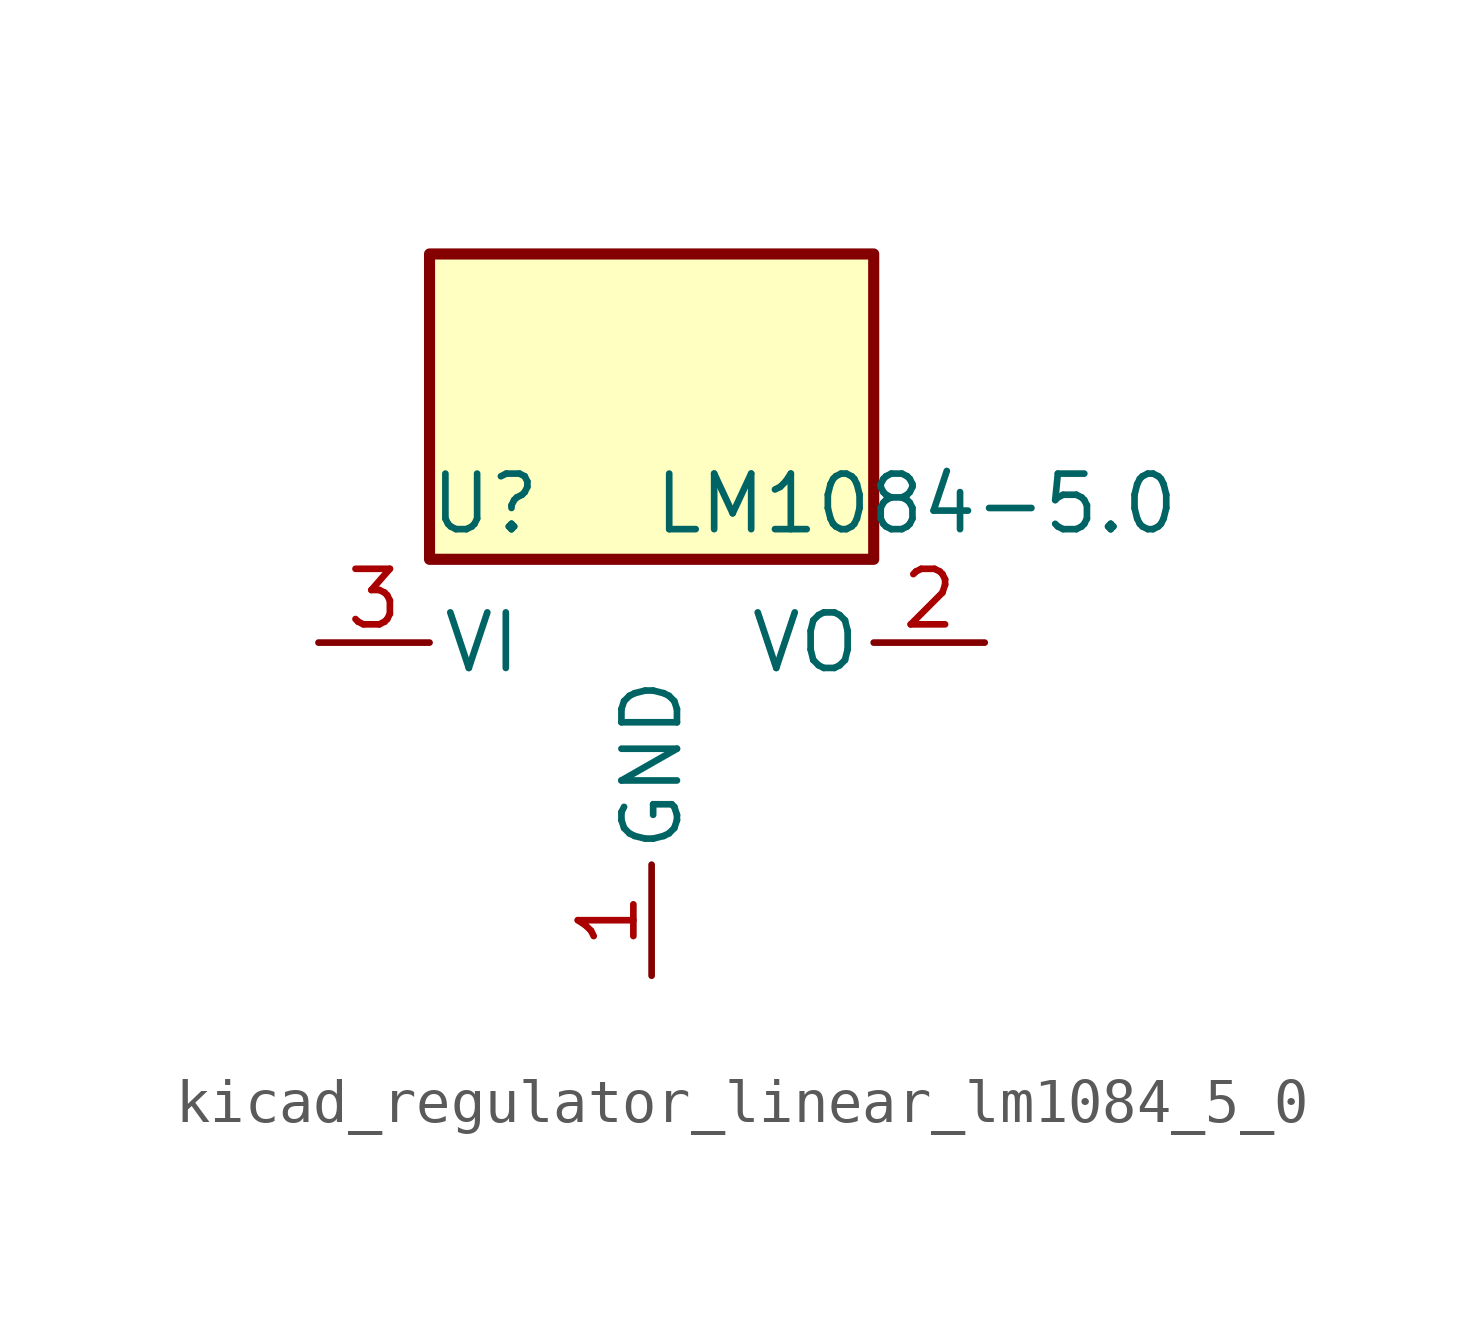
<source format=kicad_sym>
(kicad_symbol_lib
  (version 20220914)
  (generator kicad_symbol_editor)
  (symbol "kicad_regulator_linear_lm1084_5_0"
    (pin_names
      (offset 0.254))
    (property "Reference" "U"
      (at -3.81 3.175 0)
      (effects (font (size 1.27 1.27))))
    (property "Value" "LM1084-5.0"
      (at 0 3.175 0)
      (effects (font (size 1.27 1.27)) (justify left)))
    (symbol "kicad_regulator_linear_lm1084_5_0_0_1"
      (rectangle (start 5.08 8.89) (end -5.08 1.905) (stroke (width 0.254) (type default)) (fill (type background))))
    (symbol "kicad_regulator_linear_lm1084_5_0_1_1"
      (pin power_in line (at 0 -7.62 90) (length 2.54) (name "GND" (effects (font (size 1.27 1.27)))) (number "1" (effects (font (size 1.27 1.27)))))
      (pin power_out line (at 7.62 0 180) (length 2.54) (name "VO" (effects (font (size 1.27 1.27)))) (number "2" (effects (font (size 1.27 1.27)))))
      (pin power_in line (at -7.62 0 0) (length 2.54) (name "VI" (effects (font (size 1.27 1.27)))) (number "3" (effects (font (size 1.27 1.27))))))))
</source>
